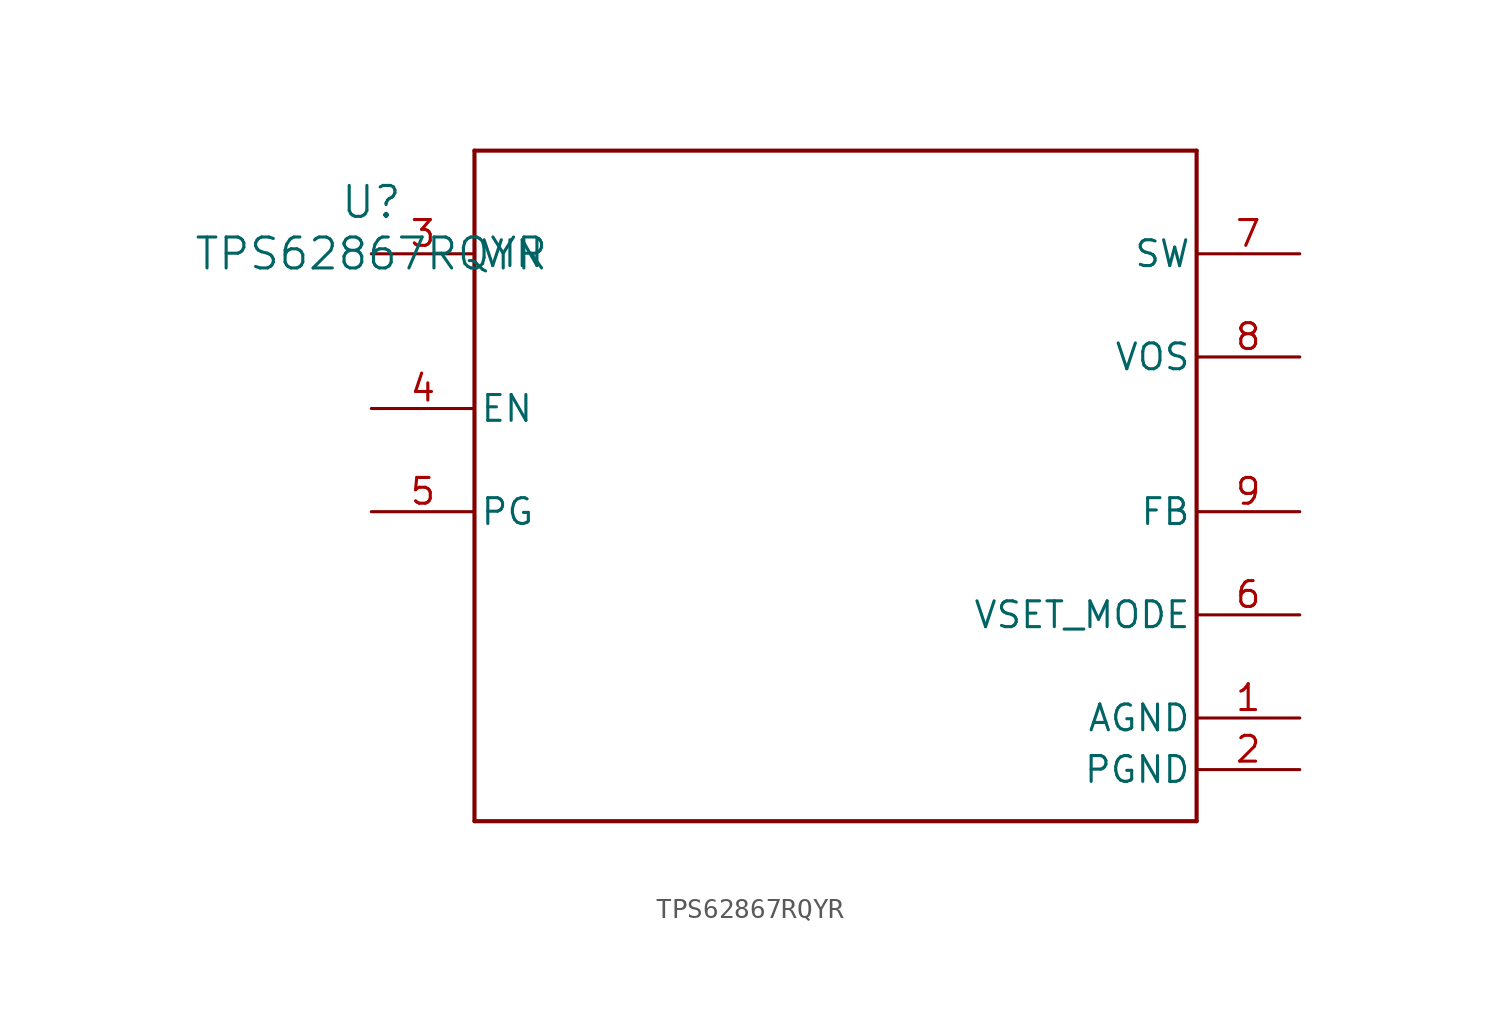
<source format=kicad_sym>
(kicad_symbol_lib
  (version 20211014)
  (generator kicad_symbol_editor)
  (symbol "TPS62867RQYR"
    (pin_names
      (offset 0.254))
    (property "Reference" "U"
      (at 0 2.54 0)
      (effects (font (size 1.524 1.524))))
    (property "Value" "TPS62867RQYR"
      (at 0 0 0)
      (effects (font (size 1.524 1.524))))
    (symbol "TPS62867RQYR_0_1"
      (polyline (pts (xy 5.08 -27.94) (xy 40.64 -27.94)) (stroke (width 0.203) (type default) (color 0 0 0 0)) (fill (type none)))
      (polyline (pts (xy 40.64 -27.94) (xy 40.64 5.08)) (stroke (width 0.203) (type default) (color 0 0 0 0)) (fill (type none)))
      (polyline (pts (xy 40.64 5.08) (xy 5.08 5.08)) (stroke (width 0.203) (type default) (color 0 0 0 0)) (fill (type none)))
      (polyline (pts (xy 5.08 5.08) (xy 5.08 -27.94)) (stroke (width 0.203) (type default) (color 0 0 0 0)) (fill (type none)))
      (pin power_in line (at 45.72 -22.86 180) (length 5.08) (name "AGND" (effects (font (size 1.27 1.27)))) (number "1" (effects (font (size 1.27 1.27)))))
      (pin power_in line (at 45.72 -25.4 180) (length 5.08) (name "PGND" (effects (font (size 1.27 1.27)))) (number "2" (effects (font (size 1.27 1.27)))))
      (pin power_in line (at 0 0 0) (length 5.08) (name "VIN" (effects (font (size 1.27 1.27)))) (number "3" (effects (font (size 1.27 1.27)))))
      (pin input line (at 0 -7.62 0) (length 5.08) (name "EN" (effects (font (size 1.27 1.27)))) (number "4" (effects (font (size 1.27 1.27)))))
      (pin open_collector line (at 0 -12.7 0) (length 5.08) (name "PG" (effects (font (size 1.27 1.27)))) (number "5" (effects (font (size 1.27 1.27)))))
      (pin input line (at 45.72 -17.78 180) (length 5.08) (name "VSET_MODE" (effects (font (size 1.27 1.27)))) (number "6" (effects (font (size 1.27 1.27)))))
      (pin power_in line (at 45.72 0 180) (length 5.08) (name "SW" (effects (font (size 1.27 1.27)))) (number "7" (effects (font (size 1.27 1.27)))))
      (pin output line (at 45.72 -5.08 180) (length 5.08) (name "VOS" (effects (font (size 1.27 1.27)))) (number "8" (effects (font (size 1.27 1.27)))))
      (pin input line (at 45.72 -12.7 180) (length 5.08) (name "FB" (effects (font (size 1.27 1.27)))) (number "9" (effects (font (size 1.27 1.27))))))))
</source>
